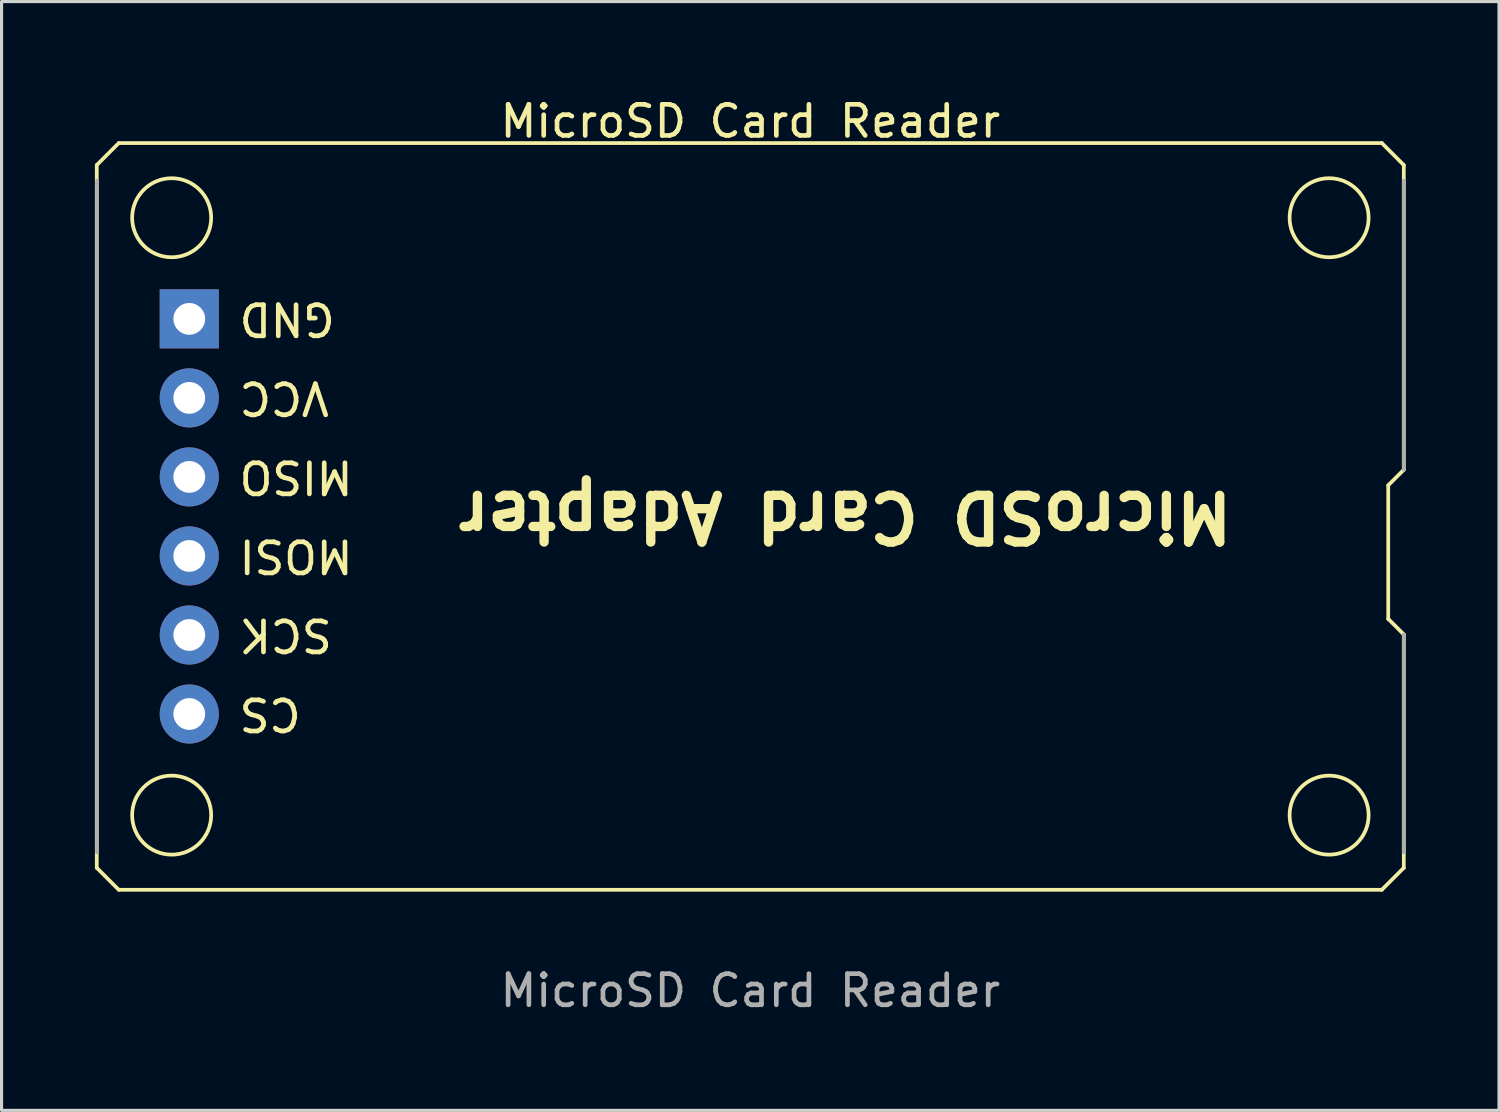
<source format=kicad_pcb>
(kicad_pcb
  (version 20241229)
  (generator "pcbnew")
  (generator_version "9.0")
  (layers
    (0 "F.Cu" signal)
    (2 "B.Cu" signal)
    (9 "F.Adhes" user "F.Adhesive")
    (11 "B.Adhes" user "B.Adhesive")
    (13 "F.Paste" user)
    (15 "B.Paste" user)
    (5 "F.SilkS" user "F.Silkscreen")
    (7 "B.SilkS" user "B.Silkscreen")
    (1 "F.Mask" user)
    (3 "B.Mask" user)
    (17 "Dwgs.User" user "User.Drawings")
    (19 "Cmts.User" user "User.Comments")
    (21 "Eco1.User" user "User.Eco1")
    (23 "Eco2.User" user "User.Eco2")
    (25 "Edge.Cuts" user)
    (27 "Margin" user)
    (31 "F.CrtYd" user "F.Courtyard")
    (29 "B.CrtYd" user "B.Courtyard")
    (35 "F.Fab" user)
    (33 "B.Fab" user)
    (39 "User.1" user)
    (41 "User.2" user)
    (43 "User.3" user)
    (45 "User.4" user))
  (footprint "MicroSD Card Reader"
    (layer "F.Cu")
    (at 21.067 13.548)
    (property "Reference" "MicroSD Card Reader" (at 0 -12.7 0) (unlocked yes) (layer "F.SilkS") (effects (font (size 1 1) (thickness 0.15))))
    (attr smd)
    (fp_line (start -21.007 -11.293) (end -21.007 11.293) (stroke (width 0.12) (type solid)) (layer "F.SilkS"))
    (fp_line (start -21.007 -11.293) (end -20.3 -12) (stroke (width 0.12) (type solid)) (layer "F.SilkS"))
    (fp_line (start -21.007 11.293) (end -20.3 12) (stroke (width 0.12) (type solid)) (layer "F.SilkS"))
    (fp_line (start -20.293 -12) (end 20.293 -12) (stroke (width 0.12) (type solid)) (layer "F.SilkS"))
    (fp_line (start -20.293 12) (end 20.293 12) (stroke (width 0.12) (type solid)) (layer "F.SilkS"))
    (fp_line (start 20.293 -12) (end 21 -11.293) (stroke (width 0.12) (type solid)) (layer "F.SilkS"))
    (fp_line (start 20.293 12) (end 21 11.293) (stroke (width 0.12) (type solid)) (layer "F.SilkS"))
    (fp_line (start 20.5 -1) (end 21 -1.5) (stroke (width 0.12) (type solid)) (layer "F.SilkS"))
    (fp_line (start 20.5 3.293) (end 20.5 -1) (stroke (width 0.12) (type solid)) (layer "F.SilkS"))
    (fp_line (start 20.5 3.293) (end 21 3.793) (stroke (width 0.12) (type solid)) (layer "F.SilkS"))
    (fp_line (start 21 -11.293) (end 21 -1.5) (stroke (width 0.12) (type solid)) (layer "F.SilkS"))
    (fp_line (start 21 3.793) (end 21 11.293) (stroke (width 0.12) (type solid)) (layer "F.SilkS"))
    (fp_circle (center -18.6 -9.6) (end -19.87 -9.6) (stroke (width 0.12) (type solid)) (fill no) (layer "F.SilkS"))
    (fp_circle (center -18.6 9.6) (end -19.87 9.6) (stroke (width 0.12) (type solid)) (fill no) (layer "F.SilkS"))
    (fp_circle (center 18.6 -9.6) (end 17.33 -9.6) (stroke (width 0.12) (type solid)) (fill no) (layer "F.SilkS"))
    (fp_circle (center 18.6 9.6) (end 17.33 9.6) (stroke (width 0.12) (type solid)) (fill no) (layer "F.SilkS"))
    (fp_line (start -21 -10.793) (end -21 10.793) (stroke (width 0.12) (type solid)) (layer "F.Fab"))
    (fp_line (start 21 -10.793) (end 21 -1.5) (stroke (width 0.12) (type solid)) (layer "F.Fab"))
    (fp_line (start 21 3.793) (end 21 10.793) (stroke (width 0.12) (type solid)) (layer "F.Fab"))
    (fp_text user "CS" (at -16.51 6.35 180) (unlocked yes) (layer "F.SilkS") (effects (font (size 1 1) (thickness 0.15)) (justify right)))
    (fp_text user "MISO" (at -16.51 -1.27 180) (unlocked yes) (layer "F.SilkS") (effects (font (size 1 1) (thickness 0.15)) (justify right)))
    (fp_text user "MicroSD Card Adapter" (at 3.048 0 180) (unlocked yes) (layer "F.SilkS") (effects (font (size 1.5 1.5) (thickness 0.3))))
    (fp_text user "VCC" (at -16.51 -3.81 180) (unlocked yes) (layer "F.SilkS") (effects (font (size 1 1) (thickness 0.15)) (justify right)))
    (fp_text user "SCK" (at -16.51 3.81 180) (unlocked yes) (layer "F.SilkS") (effects (font (size 1 1) (thickness 0.15)) (justify right)))
    (fp_text user "GND" (at -16.51 -6.35 180) (unlocked yes) (layer "F.SilkS") (effects (font (size 1 1) (thickness 0.15)) (justify right)))
    (fp_text user "MOSI" (at -16.51 1.27 180) (unlocked yes) (layer "F.SilkS") (effects (font (size 1 1) (thickness 0.15)) (justify right)))
    (fp_text user "${REFERENCE}" (at 0 15.24 0) (unlocked yes) (layer "F.Fab") (effects (font (size 1 1) (thickness 0.15))))
    (pad "1" thru_hole rect (at -18.034 -6.35) (size 1.9 1.9) (drill 1.02) (layers "*.Cu" "*.Mask"))
    (pad "2" thru_hole circle (at -18.034 -3.81) (size 1.9 1.9) (drill 1.02) (layers "*.Cu" "*.Mask"))
    (pad "3" thru_hole circle (at -18.034 -1.27) (size 1.9 1.9) (drill 1.02) (layers "*.Cu" "*.Mask"))
    (pad "4" thru_hole circle (at -18.034 1.27) (size 1.9 1.9) (drill 1.02) (layers "*.Cu" "*.Mask"))
    (pad "5" thru_hole circle (at -18.034 3.81) (size 1.9 1.9) (drill 1.02) (layers "*.Cu" "*.Mask"))
    (pad "6" thru_hole circle (at -18.034 6.35) (size 1.9 1.9) (drill 1.02) (layers "*.Cu" "*.Mask")))
  (gr_rect
    (start -3 -3)
    (end 45.127 32.636)
    (stroke (width 0.1) (type default))
    (fill no)
    (layer "Edge.Cuts")))
</source>
